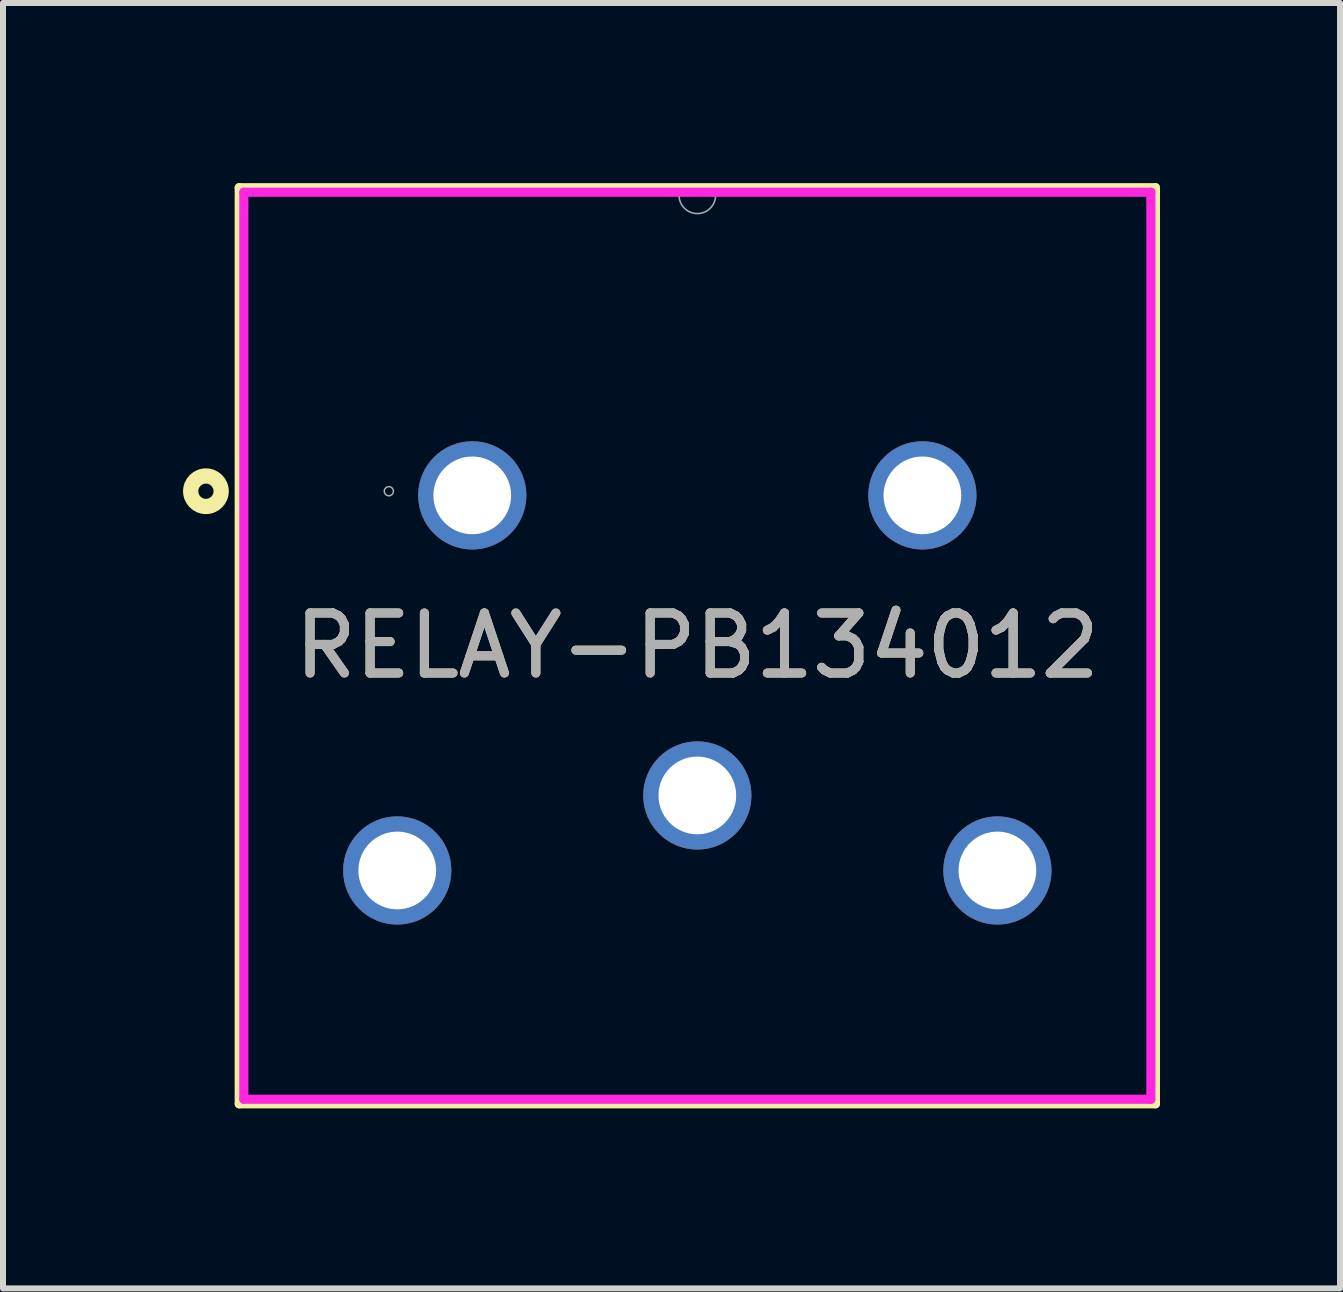
<source format=kicad_pcb>
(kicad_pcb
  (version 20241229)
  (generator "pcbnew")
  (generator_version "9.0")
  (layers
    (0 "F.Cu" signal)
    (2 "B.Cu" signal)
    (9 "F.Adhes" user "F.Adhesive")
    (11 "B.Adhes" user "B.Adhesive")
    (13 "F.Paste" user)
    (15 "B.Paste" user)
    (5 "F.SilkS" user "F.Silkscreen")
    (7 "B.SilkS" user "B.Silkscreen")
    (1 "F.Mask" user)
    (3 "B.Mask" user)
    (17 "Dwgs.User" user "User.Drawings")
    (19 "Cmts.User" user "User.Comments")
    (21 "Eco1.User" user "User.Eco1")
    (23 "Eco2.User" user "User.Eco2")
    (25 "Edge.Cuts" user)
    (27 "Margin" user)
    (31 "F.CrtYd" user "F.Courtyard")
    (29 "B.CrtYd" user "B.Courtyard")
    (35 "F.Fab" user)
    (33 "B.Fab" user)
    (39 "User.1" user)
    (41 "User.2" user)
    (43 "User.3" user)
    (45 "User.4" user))
  (footprint "RELAY-PB134012"
    (layer "F.Cu")
    (at 12.319 10.215)
    (property "Reference" "RELAY-PB134012" (at -3.75 -2.506 0) (unlocked yes) (layer "F.SilkS") (effects (font (size 1 1) (thickness 0.15))))
    (attr through_hole)
    (fp_line (start -11.383 -10.138) (end -11.383 5.127) (stroke (width 0.152) (type solid)) (layer "F.SilkS"))
    (fp_line (start -11.383 5.127) (end 3.883 5.127) (stroke (width 0.152) (type solid)) (layer "F.SilkS"))
    (fp_line (start 3.883 -10.138) (end -11.383 -10.138) (stroke (width 0.152) (type solid)) (layer "F.SilkS"))
    (fp_line (start 3.883 5.127) (end 3.883 -10.138) (stroke (width 0.152) (type solid)) (layer "F.SilkS"))
    (fp_circle (center -11.938 -5.08) (end -11.684 -5.08) (stroke (width 0.254) (type solid)) (fill no) (layer "F.SilkS"))
    (fp_line (start -11.306 -10.062) (end 3.807 -10.062) (stroke (width 0.152) (type solid)) (layer "F.CrtYd"))
    (fp_line (start -11.306 5.051) (end -11.306 -10.062) (stroke (width 0.152) (type solid)) (layer "F.CrtYd"))
    (fp_line (start 3.807 -10.062) (end 3.807 5.051) (stroke (width 0.152) (type solid)) (layer "F.CrtYd"))
    (fp_line (start 3.807 5.051) (end -11.306 5.051) (stroke (width 0.152) (type solid)) (layer "F.CrtYd"))
    (fp_line (start -11.256 -10.011) (end -11.256 5) (stroke (width 0.025) (type solid)) (layer "F.Fab"))
    (fp_line (start -11.256 5) (end 3.756 5) (stroke (width 0.025) (type solid)) (layer "F.Fab"))
    (fp_line (start 3.756 -10.011) (end -11.256 -10.011) (stroke (width 0.025) (type solid)) (layer "F.Fab"))
    (fp_line (start 3.756 5) (end 3.756 -10.011) (stroke (width 0.025) (type solid)) (layer "F.Fab"))
    (fp_arc (start -3.4452 -10.0114) (mid -3.75 -9.7066) (end -4.0548 -10.0114) (stroke (width 0.0254) (type solid)) (layer "F.Fab"))
    (fp_circle (center -8.89 -5.08) (end -8.814 -5.08) (stroke (width 0.025) (type solid)) (fill no) (layer "F.Fab"))
    (fp_text user "${REFERENCE}" (at -3.75 -2.506 0) (unlocked yes) (layer "F.Fab") (effects (font (size 1 1) (thickness 0.15))))
    (pad "11" thru_hole circle (at -8.75 1.239) (size 1.803 1.803) (drill 1.295) (layers "*.Cu" "*.Mask"))
    (pad "12" thru_hole circle (at -3.75 -0.011) (size 1.803 1.803) (drill 1.295) (layers "*.Cu" "*.Mask"))
    (pad "14" thru_hole circle (at 1.25 1.239) (size 1.803 1.803) (drill 1.295) (layers "*.Cu" "*.Mask"))
    (pad "A1" thru_hole circle (at -7.5 -5.011) (size 1.803 1.803) (drill 1.295) (layers "*.Cu" "*.Mask"))
    (pad "A2" thru_hole circle (at 0 -5.011) (size 1.803 1.803) (drill 1.295) (layers "*.Cu" "*.Mask")))
  (gr_rect
    (start -3 -3)
    (end 19.278 18.418)
    (stroke (width 0.1) (type default))
    (fill no)
    (layer "Edge.Cuts")))
</source>
